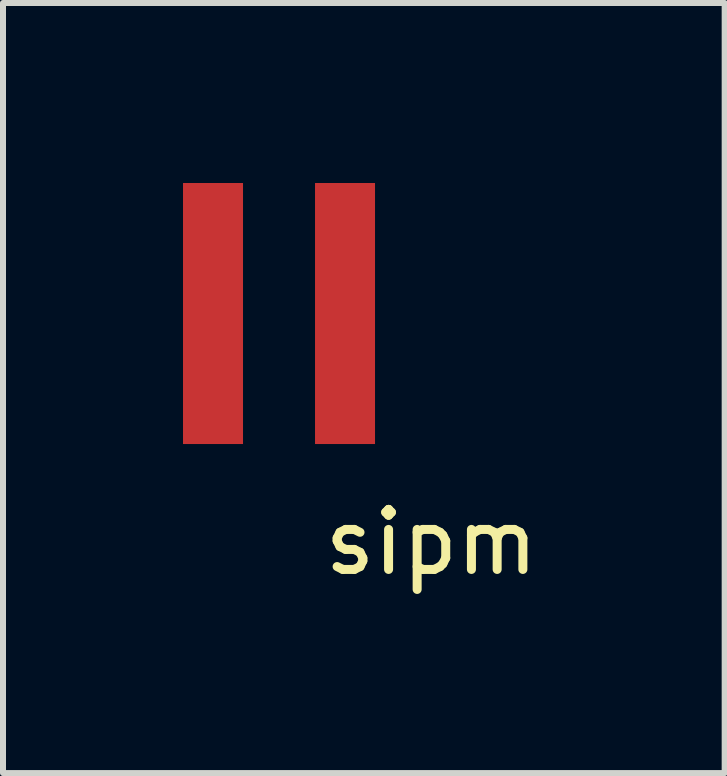
<source format=kicad_pcb>
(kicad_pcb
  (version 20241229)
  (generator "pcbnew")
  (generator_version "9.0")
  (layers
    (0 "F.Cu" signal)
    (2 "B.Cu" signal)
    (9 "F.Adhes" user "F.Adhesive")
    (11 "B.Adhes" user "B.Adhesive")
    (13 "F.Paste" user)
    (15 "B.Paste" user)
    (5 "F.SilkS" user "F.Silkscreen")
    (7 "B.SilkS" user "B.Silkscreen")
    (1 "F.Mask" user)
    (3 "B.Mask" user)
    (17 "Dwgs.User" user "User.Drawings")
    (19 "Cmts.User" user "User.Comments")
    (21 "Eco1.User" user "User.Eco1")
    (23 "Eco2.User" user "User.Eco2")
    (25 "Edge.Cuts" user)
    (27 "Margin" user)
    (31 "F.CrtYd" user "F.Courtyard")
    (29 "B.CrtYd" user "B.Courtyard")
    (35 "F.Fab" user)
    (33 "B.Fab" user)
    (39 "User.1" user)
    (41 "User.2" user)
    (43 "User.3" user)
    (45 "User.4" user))
  (footprint "sipm"
    (layer "F.Cu")
    (at 1.6 2.175)
    (property "Reference" "sipm" (at 2.54 3.81 0) (layer "F.SilkS") (effects (font (size 1 1) (thickness 0.15))))
    (attr through_hole)
    (pad "1" smd rect (at 1.1 0) (size 1 4.35) (layers "F.Cu" "F.Mask" "F.Paste"))
    (pad "2" smd rect (at -1.1 0) (size 1 4.35) (layers "F.Cu" "F.Mask" "F.Paste")))
  (gr_rect
    (start -3 -3)
    (end 9.027 9.833)
    (stroke (width 0.1) (type default))
    (fill no)
    (layer "Edge.Cuts")))
</source>
